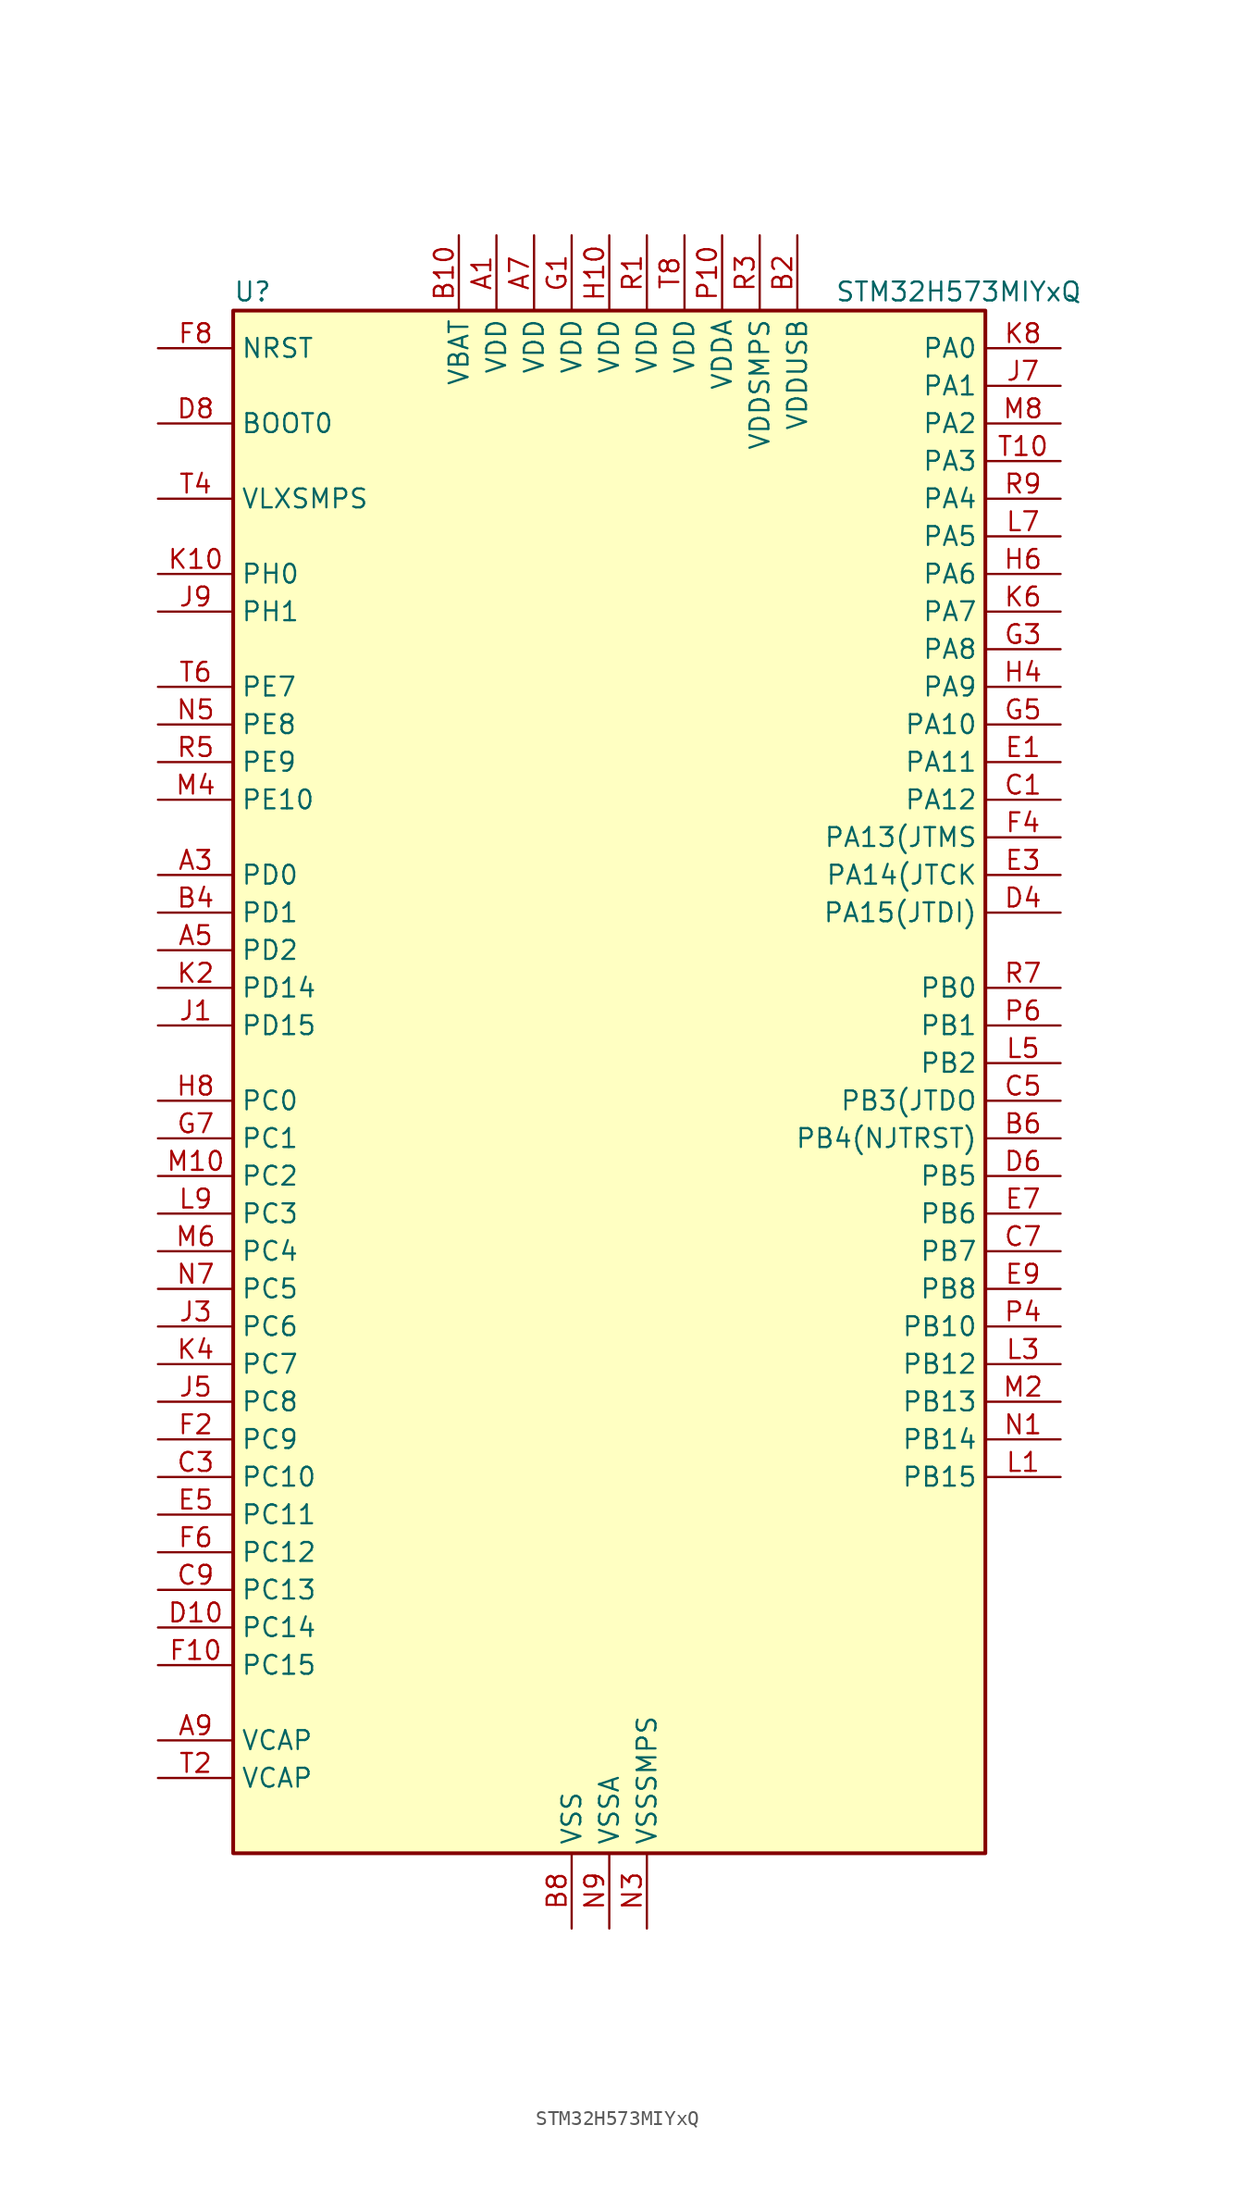
<source format=kicad_sym>
(kicad_symbol_lib
  (version 20231120)
  (generator "kicad-library-utils")
  (generator_version "8.0")
  (symbol "STM32H573MIYxQ"
    (property "Reference" "U"
      (at -25.4 54.61 0)
      (effects (font (size 1.27 1.27)) (justify left)))
    (property "Value" "STM32H573MIYxQ"
      (at 15.24 54.61 0)
      (effects (font (size 1.27 1.27)) (justify left)))
    (symbol "STM32H573MIYxQ_0_1"
      (rectangle (start -25.4 -50.8) (end 25.4 53.34) (stroke (width 0.254) (type default)) (fill (type background))))
    (symbol "STM32H573MIYxQ_1_1"
      (pin power_in line (at -7.62 58.42 270) (length 5.08) (name "VDD" (effects (font (size 1.27 1.27)))) (number "A1" (effects (font (size 1.27 1.27)))))
      (pin bidirectional line (at -30.48 15.24 0) (length 5.08) (name "PD0" (effects (font (size 1.27 1.27)))) (number "A3" (effects (font (size 1.27 1.27)))) (alternate "FDCAN1_RX" bidirectional line) (alternate "FMC_D2" bidirectional line) (alternate "FMC_DA2" bidirectional line) (alternate "TIM8_CH4N" bidirectional line) (alternate "UART4_RX" bidirectional line) (alternate "UART9_CTS" bidirectional line))
      (pin bidirectional line (at -30.48 10.16 0) (length 5.08) (name "PD2" (effects (font (size 1.27 1.27)))) (number "A5" (effects (font (size 1.27 1.27)))) (alternate "DCMI_D11" bidirectional line) (alternate "DEBUG_TRACED2" bidirectional line) (alternate "LPTIM4_ETR" bidirectional line) (alternate "PSSI_D11" bidirectional line) (alternate "PWR_WKUP7" bidirectional line) (alternate "SDMMC1_CMD" bidirectional line) (alternate "TIM15_BKIN" bidirectional line) (alternate "TIM3_ETR" bidirectional line) (alternate "UART5_RX" bidirectional line))
      (pin power_in line (at -5.08 58.42 270) (length 5.08) (name "VDD" (effects (font (size 1.27 1.27)))) (number "A7" (effects (font (size 1.27 1.27)))))
      (pin power_out line (at -30.48 -43.18 0) (length 5.08) (name "VCAP" (effects (font (size 1.27 1.27)))) (number "A9" (effects (font (size 1.27 1.27)))))
      (pin power_in line (at -10.16 58.42 270) (length 5.08) (name "VBAT" (effects (font (size 1.27 1.27)))) (number "B10" (effects (font (size 1.27 1.27)))))
      (pin power_in line (at 12.7 58.42 270) (length 5.08) (name "VDDUSB" (effects (font (size 1.27 1.27)))) (number "B2" (effects (font (size 1.27 1.27)))))
      (pin bidirectional line (at -30.48 12.7 0) (length 5.08) (name "PD1" (effects (font (size 1.27 1.27)))) (number "B4" (effects (font (size 1.27 1.27)))) (alternate "FDCAN1_TX" bidirectional line) (alternate "FMC_D3" bidirectional line) (alternate "FMC_DA3" bidirectional line) (alternate "UART4_TX" bidirectional line))
      (pin bidirectional line (at 30.48 -2.54 180) (length 5.08) (name "PB4(NJTRST)" (effects (font (size 1.27 1.27)))) (number "B6" (effects (font (size 1.27 1.27)))) (alternate "DCMI_D7" bidirectional line) (alternate "DEBUG_JTRST" bidirectional line) (alternate "I2S1_SDI" bidirectional line) (alternate "I2S2_WS" bidirectional line) (alternate "I2S3_SDI" bidirectional line) (alternate "LPTIM1_CH2" bidirectional line) (alternate "OCTOSPI1_CLK" bidirectional line) (alternate "PSSI_D7" bidirectional line) (alternate "SPI1_MISO" bidirectional line) (alternate "SPI2_NSS" bidirectional line) (alternate "SPI3_MISO" bidirectional line) (alternate "SPI6_MISO" bidirectional line) (alternate "TIM16_BKIN" bidirectional line) (alternate "TIM3_CH1" bidirectional line) (alternate "UART7_TX" bidirectional line))
      (pin power_in line (at -2.54 -55.88 90) (length 5.08) (name "VSS" (effects (font (size 1.27 1.27)))) (number "B8" (effects (font (size 1.27 1.27)))))
      (pin bidirectional line (at 30.48 20.32 180) (length 5.08) (name "PA12" (effects (font (size 1.27 1.27)))) (number "C1" (effects (font (size 1.27 1.27)))) (alternate "FDCAN1_TX" bidirectional line) (alternate "I2S2_CK" bidirectional line) (alternate "LPUART1_RTS" bidirectional line) (alternate "SAI2_FS_B" bidirectional line) (alternate "SPI2_SCK" bidirectional line) (alternate "TIM1_ETR" bidirectional line) (alternate "UART4_TX" bidirectional line) (alternate "USART1_RTS" bidirectional line) (alternate "USB_DP" bidirectional line))
      (pin bidirectional line (at -30.48 -25.4 0) (length 5.08) (name "PC10" (effects (font (size 1.27 1.27)))) (number "C3" (effects (font (size 1.27 1.27)))) (alternate "DCMI_D8" bidirectional line) (alternate "ETH_TXD0" bidirectional line) (alternate "I2S3_CK" bidirectional line) (alternate "LPTIM3_ETR" bidirectional line) (alternate "OCTOSPI1_IO1" bidirectional line) (alternate "PSSI_D8" bidirectional line) (alternate "SDMMC1_D2" bidirectional line) (alternate "SPI3_SCK" bidirectional line) (alternate "UART4_TX" bidirectional line) (alternate "USART3_TX" bidirectional line))
      (pin bidirectional line (at 30.48 0 180) (length 5.08) (name "PB3(JTDO" (effects (font (size 1.27 1.27)))) (number "C5" (effects (font (size 1.27 1.27)))) (alternate "CRS_SYNC" bidirectional line) (alternate "DEBUG_JTDO-SWO" bidirectional line) (alternate "I2C2_SDA" bidirectional line) (alternate "I2S1_CK" bidirectional line) (alternate "I2S3_CK" bidirectional line) (alternate "LPTIM6_ETR" bidirectional line) (alternate "SPI1_SCK" bidirectional line) (alternate "SPI3_SCK" bidirectional line) (alternate "SPI6_SCK" bidirectional line) (alternate "TIM2_CH2" bidirectional line) (alternate "UART12_CTS" bidirectional line) (alternate "UART7_RX" bidirectional line))
      (pin bidirectional line (at 30.48 -10.16 180) (length 5.08) (name "PB7" (effects (font (size 1.27 1.27)))) (number "C7" (effects (font (size 1.27 1.27)))) (alternate "DCMI_VSYNC" bidirectional line) (alternate "FDCAN1_TX" bidirectional line) (alternate "FMC_NL" bidirectional line) (alternate "I2C1_SDA" bidirectional line) (alternate "I2C4_SDA" bidirectional line) (alternate "I3C1_SDA" bidirectional line) (alternate "LPUART1_RX" bidirectional line) (alternate "PSSI_RDY" bidirectional line) (alternate "PWR_WKUP5" bidirectional line) (alternate "TIM17_CH1N" bidirectional line) (alternate "TIM4_CH2" bidirectional line) (alternate "USART1_RX" bidirectional line))
      (pin bidirectional line (at -30.48 -33.02 0) (length 5.08) (name "PC13" (effects (font (size 1.27 1.27)))) (number "C9" (effects (font (size 1.27 1.27)))) (alternate "PWR_WKUP4" bidirectional line) (alternate "RTC_OUT1" bidirectional line) (alternate "RTC_TS" bidirectional line) (alternate "TAMP_IN1" bidirectional line) (alternate "TAMP_OUT2" bidirectional line) (alternate "TAMP_OUT3" bidirectional line))
      (pin bidirectional line (at -30.48 -35.56 0) (length 5.08) (name "PC14" (effects (font (size 1.27 1.27)))) (number "D10" (effects (font (size 1.27 1.27)))) (alternate "RCC_OSC32_IN" bidirectional line))
      (pin passive line (at -2.54 -55.88 90) (length 5.08) hide (name "VSS" (effects (font (size 1.27 1.27)))) (number "D2" (effects (font (size 1.27 1.27)))))
      (pin bidirectional line (at 30.48 12.7 180) (length 5.08) (name "PA15(JTDI)" (effects (font (size 1.27 1.27)))) (number "D4" (effects (font (size 1.27 1.27)))) (alternate "ADC1_EXTI15" bidirectional line) (alternate "ADC2_EXTI15" bidirectional line) (alternate "CEC" bidirectional line) (alternate "DCMI_D11" bidirectional line) (alternate "DEBUG_JTDI" bidirectional line) (alternate "FMC_NBL1" bidirectional line) (alternate "I2S1_WS" bidirectional line) (alternate "I2S3_WS" bidirectional line) (alternate "LPTIM3_IN2" bidirectional line) (alternate "PSSI_D11" bidirectional line) (alternate "SPI1_NSS" bidirectional line) (alternate "SPI3_NSS" bidirectional line) (alternate "SPI6_NSS" bidirectional line) (alternate "TIM2_CH1" bidirectional line) (alternate "TIM2_ETR" bidirectional line) (alternate "UART4_DE" bidirectional line) (alternate "UART4_RTS" bidirectional line) (alternate "UART7_TX" bidirectional line))
      (pin bidirectional line (at 30.48 -5.08 180) (length 5.08) (name "PB5" (effects (font (size 1.27 1.27)))) (number "D6" (effects (font (size 1.27 1.27)))) (alternate "DCMI_D10" bidirectional line) (alternate "ETH_PPS_OUT" bidirectional line) (alternate "FDCAN2_RX" bidirectional line) (alternate "FMC_SDCKE1" bidirectional line) (alternate "I2C1_SMBA" bidirectional line) (alternate "I2C4_SMBA" bidirectional line) (alternate "I2S1_SDO" bidirectional line) (alternate "I2S3_SDO" bidirectional line) (alternate "OCTOSPI1_NCLK" bidirectional line) (alternate "PSSI_D10" bidirectional line) (alternate "SPI1_MOSI" bidirectional line) (alternate "SPI3_MOSI" bidirectional line) (alternate "SPI6_MOSI" bidirectional line) (alternate "TIM17_BKIN" bidirectional line) (alternate "TIM3_CH2" bidirectional line) (alternate "UART5_RX" bidirectional line))
      (pin input line (at -30.48 45.72 0) (length 5.08) (name "BOOT0" (effects (font (size 1.27 1.27)))) (number "D8" (effects (font (size 1.27 1.27)))))
      (pin bidirectional line (at 30.48 22.86 180) (length 5.08) (name "PA11" (effects (font (size 1.27 1.27)))) (number "E1" (effects (font (size 1.27 1.27)))) (alternate "ADC1_EXTI11" bidirectional line) (alternate "ADC2_EXTI11" bidirectional line) (alternate "FDCAN1_RX" bidirectional line) (alternate "I2S2_WS" bidirectional line) (alternate "LPUART1_CTS" bidirectional line) (alternate "SPI2_NSS" bidirectional line) (alternate "TIM1_CH4" bidirectional line) (alternate "UART4_RX" bidirectional line) (alternate "USART1_CTS" bidirectional line) (alternate "USART1_NSS" bidirectional line) (alternate "USB_DM" bidirectional line))
      (pin bidirectional line (at 30.48 15.24 180) (length 5.08) (name "PA14(JTCK" (effects (font (size 1.27 1.27)))) (number "E3" (effects (font (size 1.27 1.27)))) (alternate "DEBUG_JTCK-SWCLK" bidirectional line))
      (pin bidirectional line (at -30.48 -27.94 0) (length 5.08) (name "PC11" (effects (font (size 1.27 1.27)))) (number "E5" (effects (font (size 1.27 1.27)))) (alternate "ADC1_EXTI11" bidirectional line) (alternate "ADC2_EXTI11" bidirectional line) (alternate "DCMI_D4" bidirectional line) (alternate "I2S3_SDI" bidirectional line) (alternate "LPTIM3_IN1" bidirectional line) (alternate "OCTOSPI1_NCS" bidirectional line) (alternate "PSSI_D4" bidirectional line) (alternate "SDMMC1_D3" bidirectional line) (alternate "SPI3_MISO" bidirectional line) (alternate "UART4_RX" bidirectional line) (alternate "USART3_RX" bidirectional line))
      (pin bidirectional line (at 30.48 -7.62 180) (length 5.08) (name "PB6" (effects (font (size 1.27 1.27)))) (number "E7" (effects (font (size 1.27 1.27)))) (alternate "CEC" bidirectional line) (alternate "DCMI_D5" bidirectional line) (alternate "FDCAN2_TX" bidirectional line) (alternate "FMC_SDNE1" bidirectional line) (alternate "I2C1_SCL" bidirectional line) (alternate "I2C4_SCL" bidirectional line) (alternate "I3C1_SCL" bidirectional line) (alternate "LPUART1_TX" bidirectional line) (alternate "OCTOSPI1_NCS" bidirectional line) (alternate "PSSI_D5" bidirectional line) (alternate "TIM16_CH1N" bidirectional line) (alternate "TIM4_CH1" bidirectional line) (alternate "UART5_TX" bidirectional line) (alternate "USART1_TX" bidirectional line))
      (pin bidirectional line (at 30.48 -12.7 180) (length 5.08) (name "PB8" (effects (font (size 1.27 1.27)))) (number "E9" (effects (font (size 1.27 1.27)))) (alternate "DCMI_D6" bidirectional line) (alternate "ETH_TXD3" bidirectional line) (alternate "FDCAN1_RX" bidirectional line) (alternate "I2C1_SCL" bidirectional line) (alternate "I2C4_SCL" bidirectional line) (alternate "I3C1_SCL" bidirectional line) (alternate "PSSI_D6" bidirectional line) (alternate "SDMMC1_CKIN" bidirectional line) (alternate "SDMMC1_D4" bidirectional line) (alternate "TIM16_CH1" bidirectional line) (alternate "TIM4_CH3" bidirectional line) (alternate "UART4_RX" bidirectional line))
      (pin bidirectional line (at -30.48 -38.1 0) (length 5.08) (name "PC15" (effects (font (size 1.27 1.27)))) (number "F10" (effects (font (size 1.27 1.27)))) (alternate "ADC1_EXTI15" bidirectional line) (alternate "ADC2_EXTI15" bidirectional line) (alternate "RCC_OSC32_OUT" bidirectional line))
      (pin bidirectional line (at -30.48 -22.86 0) (length 5.08) (name "PC9" (effects (font (size 1.27 1.27)))) (number "F2" (effects (font (size 1.27 1.27)))) (alternate "AUDIOCLK" bidirectional line) (alternate "DAC1_EXTI9" bidirectional line) (alternate "DCMI_D3" bidirectional line) (alternate "FMC_CLE" bidirectional line) (alternate "I2C3_SDA" bidirectional line) (alternate "OCTOSPI1_IO0" bidirectional line) (alternate "PSSI_D3" bidirectional line) (alternate "RCC_MCO_2" bidirectional line) (alternate "SDMMC1_D1" bidirectional line) (alternate "TIM3_CH4" bidirectional line) (alternate "TIM8_CH4" bidirectional line) (alternate "UART5_CTS" bidirectional line) (alternate "UCPD1_DB2" bidirectional line))
      (pin bidirectional line (at 30.48 17.78 180) (length 5.08) (name "PA13(JTMS" (effects (font (size 1.27 1.27)))) (number "F4" (effects (font (size 1.27 1.27)))) (alternate "DEBUG_JTMS-SWDIO" bidirectional line))
      (pin bidirectional line (at -30.48 -30.48 0) (length 5.08) (name "PC12" (effects (font (size 1.27 1.27)))) (number "F6" (effects (font (size 1.27 1.27)))) (alternate "DCMI_D9" bidirectional line) (alternate "DEBUG_TRACED3" bidirectional line) (alternate "I2S3_SDO" bidirectional line) (alternate "PSSI_D9" bidirectional line) (alternate "SDMMC1_CK" bidirectional line) (alternate "SPI3_MOSI" bidirectional line) (alternate "SPI6_SCK" bidirectional line) (alternate "TIM15_CH1" bidirectional line) (alternate "UART5_TX" bidirectional line) (alternate "USART3_CK" bidirectional line))
      (pin input line (at -30.48 50.8 0) (length 5.08) (name "NRST" (effects (font (size 1.27 1.27)))) (number "F8" (effects (font (size 1.27 1.27)))))
      (pin power_in line (at -2.54 58.42 270) (length 5.08) (name "VDD" (effects (font (size 1.27 1.27)))) (number "G1" (effects (font (size 1.27 1.27)))))
      (pin bidirectional line (at 30.48 30.48 180) (length 5.08) (name "PA8" (effects (font (size 1.27 1.27)))) (number "G3" (effects (font (size 1.27 1.27)))) (alternate "DCMI_D3" bidirectional line) (alternate "FMC_NOE" bidirectional line) (alternate "I2C3_SCL" bidirectional line) (alternate "PSSI_D3" bidirectional line) (alternate "RCC_MCO_1" bidirectional line) (alternate "SPI1_RDY" bidirectional line) (alternate "TIM1_CH1" bidirectional line) (alternate "TIM8_BKIN2" bidirectional line) (alternate "UART7_RX" bidirectional line) (alternate "USART1_CK" bidirectional line) (alternate "USB_SOF" bidirectional line))
      (pin bidirectional line (at 30.48 25.4 180) (length 5.08) (name "PA10" (effects (font (size 1.27 1.27)))) (number "G5" (effects (font (size 1.27 1.27)))) (alternate "DCMI_D1" bidirectional line) (alternate "FDCAN2_TX" bidirectional line) (alternate "LPTIM2_IN2" bidirectional line) (alternate "LPUART1_RX" bidirectional line) (alternate "PSSI_D1" bidirectional line) (alternate "SDMMC1_D0" bidirectional line) (alternate "TIM1_CH3" bidirectional line) (alternate "UCPD1_FRSTX" bidirectional line) (alternate "USART1_RX" bidirectional line))
      (pin bidirectional line (at -30.48 -2.54 0) (length 5.08) (name "PC1" (effects (font (size 1.27 1.27)))) (number "G7" (effects (font (size 1.27 1.27)))) (alternate "ADC1_INN10" bidirectional line) (alternate "ADC1_INP11" bidirectional line) (alternate "ADC2_INN10" bidirectional line) (alternate "ADC2_INP11" bidirectional line) (alternate "DEBUG_TRACED0" bidirectional line) (alternate "ETH_MDC" bidirectional line) (alternate "I2S2_SDO" bidirectional line) (alternate "OCTOSPI1_IO4" bidirectional line) (alternate "PWR_WKUP6" bidirectional line) (alternate "SAI1_D1" bidirectional line) (alternate "SAI1_SD_A" bidirectional line) (alternate "SAI2_SD_A" bidirectional line) (alternate "SPI2_MOSI" bidirectional line) (alternate "TAMP_IN3" bidirectional line) (alternate "TAMP_OUT5" bidirectional line) (alternate "USART11_RTS" bidirectional line))
      (pin passive line (at -2.54 -55.88 90) (length 5.08) hide (name "VSS" (effects (font (size 1.27 1.27)))) (number "G9" (effects (font (size 1.27 1.27)))))
      (pin power_in line (at 0 58.42 270) (length 5.08) (name "VDD" (effects (font (size 1.27 1.27)))) (number "H10" (effects (font (size 1.27 1.27)))))
      (pin passive line (at -2.54 -55.88 90) (length 5.08) hide (name "VSS" (effects (font (size 1.27 1.27)))) (number "H2" (effects (font (size 1.27 1.27)))))
      (pin bidirectional line (at 30.48 27.94 180) (length 5.08) (name "PA9" (effects (font (size 1.27 1.27)))) (number "H4" (effects (font (size 1.27 1.27)))) (alternate "DAC1_EXTI9" bidirectional line) (alternate "DCMI_D0" bidirectional line) (alternate "ETH_TX_ER" bidirectional line) (alternate "FMC_NWE" bidirectional line) (alternate "I2C3_SMBA" bidirectional line) (alternate "I2S2_CK" bidirectional line) (alternate "LPUART1_TX" bidirectional line) (alternate "PSSI_D0" bidirectional line) (alternate "SPI2_SCK" bidirectional line) (alternate "TIM1_CH2" bidirectional line) (alternate "UCPD1_DB1" bidirectional line) (alternate "USART1_TX" bidirectional line))
      (pin bidirectional line (at 30.48 35.56 180) (length 5.08) (name "PA6" (effects (font (size 1.27 1.27)))) (number "H6" (effects (font (size 1.27 1.27)))) (alternate "ADC1_INP3" bidirectional line) (alternate "ADC2_INP3" bidirectional line) (alternate "DCMI_PIXCLK" bidirectional line) (alternate "I2S1_SDI" bidirectional line) (alternate "OCTOSPI1_IO3" bidirectional line) (alternate "PSSI_PDCK" bidirectional line) (alternate "SPI1_MISO" bidirectional line) (alternate "SPI6_MISO" bidirectional line) (alternate "TIM13_CH1" bidirectional line) (alternate "TIM1_BKIN" bidirectional line) (alternate "TIM3_CH1" bidirectional line) (alternate "TIM8_BKIN" bidirectional line) (alternate "USART11_TX" bidirectional line))
      (pin bidirectional line (at -30.48 0 0) (length 5.08) (name "PC0" (effects (font (size 1.27 1.27)))) (number "H8" (effects (font (size 1.27 1.27)))) (alternate "ADC1_INP10" bidirectional line) (alternate "ADC2_INP10" bidirectional line) (alternate "FMC_A25" bidirectional line) (alternate "FMC_SDNWE" bidirectional line) (alternate "OCTOSPI1_IO7" bidirectional line) (alternate "SAI1_MCLK_A" bidirectional line) (alternate "SAI2_FS_B" bidirectional line) (alternate "SPI2_RDY" bidirectional line) (alternate "TIM16_BKIN" bidirectional line))
      (pin bidirectional line (at -30.48 5.08 0) (length 5.08) (name "PD15" (effects (font (size 1.27 1.27)))) (number "J1" (effects (font (size 1.27 1.27)))) (alternate "ADC1_EXTI15" bidirectional line) (alternate "ADC2_EXTI15" bidirectional line) (alternate "FMC_D1" bidirectional line) (alternate "FMC_DA1" bidirectional line) (alternate "TIM4_CH4" bidirectional line) (alternate "UART9_TX" bidirectional line))
      (pin bidirectional line (at -30.48 -15.24 0) (length 5.08) (name "PC6" (effects (font (size 1.27 1.27)))) (number "J3" (effects (font (size 1.27 1.27)))) (alternate "DCMI_D0" bidirectional line) (alternate "FMC_NWAIT" bidirectional line) (alternate "I2S2_MCK" bidirectional line) (alternate "OCTOSPI1_IO5" bidirectional line) (alternate "PSSI_D0" bidirectional line) (alternate "SAI1_SCK_A" bidirectional line) (alternate "SDMMC1_D0DIR" bidirectional line) (alternate "SDMMC1_D6" bidirectional line) (alternate "TIM3_CH1" bidirectional line) (alternate "TIM8_CH1" bidirectional line) (alternate "USART6_TX" bidirectional line))
      (pin bidirectional line (at -30.48 -20.32 0) (length 5.08) (name "PC8" (effects (font (size 1.27 1.27)))) (number "J5" (effects (font (size 1.27 1.27)))) (alternate "DCMI_D2" bidirectional line) (alternate "DEBUG_TRACED1" bidirectional line) (alternate "FMC_ALE" bidirectional line) (alternate "FMC_INT" bidirectional line) (alternate "FMC_NCE" bidirectional line) (alternate "FMC_NE2" bidirectional line) (alternate "PSSI_D2" bidirectional line) (alternate "SDMMC1_D0" bidirectional line) (alternate "TIM3_CH3" bidirectional line) (alternate "TIM8_CH3" bidirectional line) (alternate "UART5_DE" bidirectional line) (alternate "UART5_RTS" bidirectional line) (alternate "USART6_CK" bidirectional line))
      (pin bidirectional line (at 30.48 48.26 180) (length 5.08) (name "PA1" (effects (font (size 1.27 1.27)))) (number "J7" (effects (font (size 1.27 1.27)))) (alternate "ADC1_INP1" bidirectional line) (alternate "ADC2_INP1" bidirectional line) (alternate "ETH_REF_CLK" bidirectional line) (alternate "ETH_RX_CLK" bidirectional line) (alternate "LPTIM1_IN1" bidirectional line) (alternate "OCTOSPI1_DQS" bidirectional line) (alternate "OCTOSPI1_IO3" bidirectional line) (alternate "SAI2_MCLK_B" bidirectional line) (alternate "TAMP_IN5" bidirectional line) (alternate "TAMP_OUT4" bidirectional line) (alternate "TIM15_CH1N" bidirectional line) (alternate "TIM2_CH2" bidirectional line) (alternate "TIM5_CH2" bidirectional line) (alternate "UART4_RX" bidirectional line) (alternate "USART2_RTS" bidirectional line))
      (pin bidirectional line (at -30.48 33.02 0) (length 5.08) (name "PH1" (effects (font (size 1.27 1.27)))) (number "J9" (effects (font (size 1.27 1.27)))) (alternate "RCC_OSC_OUT" bidirectional line))
      (pin bidirectional line (at -30.48 35.56 0) (length 5.08) (name "PH0" (effects (font (size 1.27 1.27)))) (number "K10" (effects (font (size 1.27 1.27)))) (alternate "RCC_OSC_IN" bidirectional line))
      (pin bidirectional line (at -30.48 7.62 0) (length 5.08) (name "PD14" (effects (font (size 1.27 1.27)))) (number "K2" (effects (font (size 1.27 1.27)))) (alternate "FMC_D0" bidirectional line) (alternate "FMC_DA0" bidirectional line) (alternate "TIM4_CH3" bidirectional line) (alternate "UART9_RX" bidirectional line))
      (pin bidirectional line (at -30.48 -17.78 0) (length 5.08) (name "PC7" (effects (font (size 1.27 1.27)))) (number "K4" (effects (font (size 1.27 1.27)))) (alternate "DCMI_D1" bidirectional line) (alternate "DEBUG_TRGIO" bidirectional line) (alternate "FMC_NE1" bidirectional line) (alternate "I2S3_MCK" bidirectional line) (alternate "OCTOSPI1_IO6" bidirectional line) (alternate "PSSI_D1" bidirectional line) (alternate "SDMMC1_D123DIR" bidirectional line) (alternate "SDMMC1_D7" bidirectional line) (alternate "TIM3_CH2" bidirectional line) (alternate "TIM8_CH2" bidirectional line) (alternate "USART6_RX" bidirectional line))
      (pin bidirectional line (at 30.48 33.02 180) (length 5.08) (name "PA7" (effects (font (size 1.27 1.27)))) (number "K6" (effects (font (size 1.27 1.27)))) (alternate "ADC1_INN3" bidirectional line) (alternate "ADC1_INP7" bidirectional line) (alternate "ADC2_INN3" bidirectional line) (alternate "ADC2_INP7" bidirectional line) (alternate "ETH_CRS_DV" bidirectional line) (alternate "ETH_RX_DV" bidirectional line) (alternate "FMC_NWE" bidirectional line) (alternate "FMC_SDNWE" bidirectional line) (alternate "I2S1_SDO" bidirectional line) (alternate "OCTOSPI1_IO2" bidirectional line) (alternate "SPI1_MOSI" bidirectional line) (alternate "SPI6_MOSI" bidirectional line) (alternate "TIM14_CH1" bidirectional line) (alternate "TIM1_CH1N" bidirectional line) (alternate "TIM3_CH2" bidirectional line) (alternate "TIM8_CH1N" bidirectional line) (alternate "USART11_RX" bidirectional line))
      (pin bidirectional line (at 30.48 50.8 180) (length 5.08) (name "PA0" (effects (font (size 1.27 1.27)))) (number "K8" (effects (font (size 1.27 1.27)))) (alternate "ADC1_INN1" bidirectional line) (alternate "ADC1_INP0" bidirectional line) (alternate "ADC2_INN1" bidirectional line) (alternate "ADC2_INP0" bidirectional line) (alternate "ETH_CRS" bidirectional line) (alternate "PWR_WKUP1" bidirectional line) (alternate "SAI2_SD_B" bidirectional line) (alternate "SPI3_RDY" bidirectional line) (alternate "SPI6_NSS" bidirectional line) (alternate "TAMP_IN2" bidirectional line) (alternate "TAMP_OUT1" bidirectional line) (alternate "TIM15_BKIN" bidirectional line) (alternate "TIM2_CH1" bidirectional line) (alternate "TIM2_ETR" bidirectional line) (alternate "TIM5_CH1" bidirectional line) (alternate "TIM8_ETR" bidirectional line) (alternate "UART4_TX" bidirectional line) (alternate "USART2_CTS" bidirectional line) (alternate "USART2_NSS" bidirectional line))
      (pin bidirectional line (at 30.48 -25.4 180) (length 5.08) (name "PB15" (effects (font (size 1.27 1.27)))) (number "L1" (effects (font (size 1.27 1.27)))) (alternate "ADC1_EXTI15" bidirectional line) (alternate "ADC2_EXTI15" bidirectional line) (alternate "DCMI_D2" bidirectional line) (alternate "ETH_TXD1" bidirectional line) (alternate "I2S2_SDO" bidirectional line) (alternate "OCTOSPI1_CLK" bidirectional line) (alternate "PSSI_D2" bidirectional line) (alternate "PWR_PVD_IN" bidirectional line) (alternate "RTC_REFIN" bidirectional line) (alternate "SPI2_MOSI" bidirectional line) (alternate "TIM12_CH2" bidirectional line) (alternate "TIM1_CH3N" bidirectional line) (alternate "TIM8_CH3N" bidirectional line) (alternate "UART4_CTS" bidirectional line) (alternate "UART5_RX" bidirectional line) (alternate "USART11_CTS" bidirectional line) (alternate "USART11_NSS" bidirectional line) (alternate "USART1_RX" bidirectional line))
      (pin bidirectional line (at 30.48 -17.78 180) (length 5.08) (name "PB12" (effects (font (size 1.27 1.27)))) (number "L3" (effects (font (size 1.27 1.27)))) (alternate "ETH_TXD0" bidirectional line) (alternate "FDCAN2_RX" bidirectional line) (alternate "I2C2_SDA" bidirectional line) (alternate "I2S2_WS" bidirectional line) (alternate "OCTOSPI1_NCLK" bidirectional line) (alternate "SPI2_NSS" bidirectional line) (alternate "TIM1_BKIN" bidirectional line) (alternate "UART5_RX" bidirectional line) (alternate "UCPD1_FRSTX" bidirectional line) (alternate "USART3_CK" bidirectional line))
      (pin bidirectional line (at 30.48 2.54 180) (length 5.08) (name "PB2" (effects (font (size 1.27 1.27)))) (number "L5" (effects (font (size 1.27 1.27)))) (alternate "I2S3_SDO" bidirectional line) (alternate "LPTIM1_CH1" bidirectional line) (alternate "LPTIM5_ETR" bidirectional line) (alternate "OCTOSPI1_CLK" bidirectional line) (alternate "OCTOSPI1_DQS" bidirectional line) (alternate "RCC_LSCO" bidirectional line) (alternate "RTC_OUT2" bidirectional line) (alternate "SAI1_D1" bidirectional line) (alternate "SAI1_SD_A" bidirectional line) (alternate "SDMMC1_CMD" bidirectional line) (alternate "SPI1_RDY" bidirectional line) (alternate "SPI3_MOSI" bidirectional line) (alternate "TIM8_CH4N" bidirectional line))
      (pin bidirectional line (at 30.48 38.1 180) (length 5.08) (name "PA5" (effects (font (size 1.27 1.27)))) (number "L7" (effects (font (size 1.27 1.27)))) (alternate "ADC1_INN18" bidirectional line) (alternate "ADC1_INP19" bidirectional line) (alternate "ADC2_INN18" bidirectional line) (alternate "ADC2_INP19" bidirectional line) (alternate "DAC1_OUT2" bidirectional line) (alternate "ETH_TX_EN" bidirectional line) (alternate "I2S1_CK" bidirectional line) (alternate "PSSI_D14" bidirectional line) (alternate "SPI1_SCK" bidirectional line) (alternate "SPI6_SCK" bidirectional line) (alternate "TIM2_CH1" bidirectional line) (alternate "TIM2_ETR" bidirectional line) (alternate "TIM8_CH1N" bidirectional line))
      (pin bidirectional line (at -30.48 -7.62 0) (length 5.08) (name "PC3" (effects (font (size 1.27 1.27)))) (number "L9" (effects (font (size 1.27 1.27)))) (alternate "ADC1_INN12" bidirectional line) (alternate "ADC1_INP13" bidirectional line) (alternate "ADC2_INN12" bidirectional line) (alternate "ADC2_INP13" bidirectional line) (alternate "ETH_TX_CLK" bidirectional line) (alternate "FMC_SDCKE0" bidirectional line) (alternate "I2S2_SDO" bidirectional line) (alternate "LPTIM3_CH1" bidirectional line) (alternate "OCTOSPI1_IO0" bidirectional line) (alternate "OCTOSPI1_IO6" bidirectional line) (alternate "PWR_CSTOP" bidirectional line) (alternate "SAI1_D3" bidirectional line) (alternate "SPI2_MOSI" bidirectional line))
      (pin bidirectional line (at -30.48 -5.08 0) (length 5.08) (name "PC2" (effects (font (size 1.27 1.27)))) (number "M10" (effects (font (size 1.27 1.27)))) (alternate "ADC1_INN11" bidirectional line) (alternate "ADC1_INP12" bidirectional line) (alternate "ADC2_INN11" bidirectional line) (alternate "ADC2_INP12" bidirectional line) (alternate "ETH_TXD2" bidirectional line) (alternate "FMC_SDNE0" bidirectional line) (alternate "I2S2_SDI" bidirectional line) (alternate "OCTOSPI1_IO2" bidirectional line) (alternate "OCTOSPI1_IO5" bidirectional line) (alternate "PWR_CSLEEP" bidirectional line) (alternate "SPI2_MISO" bidirectional line) (alternate "TIM17_CH1" bidirectional line) (alternate "TIM4_CH4" bidirectional line))
      (pin bidirectional line (at 30.48 -20.32 180) (length 5.08) (name "PB13" (effects (font (size 1.27 1.27)))) (number "M2" (effects (font (size 1.27 1.27)))) (alternate "FDCAN2_TX" bidirectional line) (alternate "I2C2_SMBA" bidirectional line) (alternate "I2S2_CK" bidirectional line) (alternate "LPTIM2_CH1" bidirectional line) (alternate "LPTIM3_IN1" bidirectional line) (alternate "SDMMC1_D0" bidirectional line) (alternate "SPI2_SCK" bidirectional line) (alternate "TIM1_CH1N" bidirectional line) (alternate "UART5_TX" bidirectional line) (alternate "UCPD1_CC1" bidirectional line) (alternate "USART3_CTS" bidirectional line) (alternate "USART3_NSS" bidirectional line))
      (pin bidirectional line (at -30.48 20.32 0) (length 5.08) (name "PE10" (effects (font (size 1.27 1.27)))) (number "M4" (effects (font (size 1.27 1.27)))) (alternate "FMC_D7" bidirectional line) (alternate "FMC_DA7" bidirectional line) (alternate "OCTOSPI1_IO7" bidirectional line) (alternate "TIM1_CH2N" bidirectional line) (alternate "UART12_TX" bidirectional line) (alternate "UART7_CTS" bidirectional line))
      (pin bidirectional line (at -30.48 -10.16 0) (length 5.08) (name "PC4" (effects (font (size 1.27 1.27)))) (number "M6" (effects (font (size 1.27 1.27)))) (alternate "ADC1_INP4" bidirectional line) (alternate "ADC2_INP4" bidirectional line) (alternate "ETH_RXD0" bidirectional line) (alternate "FMC_SDNE0" bidirectional line) (alternate "I2S1_MCK" bidirectional line) (alternate "LPTIM2_ETR" bidirectional line) (alternate "SAI1_CK1" bidirectional line) (alternate "TIM2_CH4" bidirectional line) (alternate "USART3_RX" bidirectional line))
      (pin bidirectional line (at 30.48 45.72 180) (length 5.08) (name "PA2" (effects (font (size 1.27 1.27)))) (number "M8" (effects (font (size 1.27 1.27)))) (alternate "ADC1_INP14" bidirectional line) (alternate "ADC2_INP14" bidirectional line) (alternate "ETH_MDIO" bidirectional line) (alternate "LPTIM1_IN2" bidirectional line) (alternate "PWR_WKUP2" bidirectional line) (alternate "SAI2_SCK_B" bidirectional line) (alternate "TAMP_IN4" bidirectional line) (alternate "TAMP_OUT3" bidirectional line) (alternate "TIM15_CH1" bidirectional line) (alternate "TIM2_CH3" bidirectional line) (alternate "TIM5_CH3" bidirectional line) (alternate "USART2_TX" bidirectional line))
      (pin bidirectional line (at 30.48 -22.86 180) (length 5.08) (name "PB14" (effects (font (size 1.27 1.27)))) (number "N1" (effects (font (size 1.27 1.27)))) (alternate "I2S2_SDI" bidirectional line) (alternate "LPTIM3_ETR" bidirectional line) (alternate "SPI2_MISO" bidirectional line) (alternate "TIM12_CH1" bidirectional line) (alternate "TIM1_CH2N" bidirectional line) (alternate "TIM8_CH2N" bidirectional line) (alternate "UART4_DE" bidirectional line) (alternate "UART4_RTS" bidirectional line) (alternate "UCPD1_CC2" bidirectional line) (alternate "USART1_TX" bidirectional line) (alternate "USART3_RTS" bidirectional line))
      (pin power_in line (at 2.54 -55.88 90) (length 5.08) (name "VSSSMPS" (effects (font (size 1.27 1.27)))) (number "N3" (effects (font (size 1.27 1.27)))))
      (pin bidirectional line (at -30.48 25.4 0) (length 5.08) (name "PE8" (effects (font (size 1.27 1.27)))) (number "N5" (effects (font (size 1.27 1.27)))) (alternate "FMC_D5" bidirectional line) (alternate "FMC_DA5" bidirectional line) (alternate "OCTOSPI1_IO5" bidirectional line) (alternate "TIM1_CH1N" bidirectional line) (alternate "UART12_CTS" bidirectional line) (alternate "UART7_TX" bidirectional line))
      (pin bidirectional line (at -30.48 -12.7 0) (length 5.08) (name "PC5" (effects (font (size 1.27 1.27)))) (number "N7" (effects (font (size 1.27 1.27)))) (alternate "ADC1_INN4" bidirectional line) (alternate "ADC1_INP8" bidirectional line) (alternate "ADC2_INN4" bidirectional line) (alternate "ADC2_INP8" bidirectional line) (alternate "ETH_RXD1" bidirectional line) (alternate "FMC_SDCKE0" bidirectional line) (alternate "OCTOSPI1_DQS" bidirectional line) (alternate "PSSI_D15" bidirectional line) (alternate "SAI1_D3" bidirectional line) (alternate "SAI1_FS_A" bidirectional line) (alternate "TIM1_CH4N" bidirectional line) (alternate "UART12_RTS" bidirectional line))
      (pin power_in line (at 0 -55.88 90) (length 5.08) (name "VSSA" (effects (font (size 1.27 1.27)))) (number "N9" (effects (font (size 1.27 1.27)))))
      (pin power_in line (at 7.62 58.42 270) (length 5.08) (name "VDDA" (effects (font (size 1.27 1.27)))) (number "P10" (effects (font (size 1.27 1.27)))))
      (pin passive line (at -2.54 -55.88 90) (length 5.08) hide (name "VSS" (effects (font (size 1.27 1.27)))) (number "P2" (effects (font (size 1.27 1.27)))))
      (pin bidirectional line (at 30.48 -15.24 180) (length 5.08) (name "PB10" (effects (font (size 1.27 1.27)))) (number "P4" (effects (font (size 1.27 1.27)))) (alternate "ETH_RX_ER" bidirectional line) (alternate "I2C2_SCL" bidirectional line) (alternate "I2S2_CK" bidirectional line) (alternate "LPTIM2_IN1" bidirectional line) (alternate "LPTIM3_CH1" bidirectional line) (alternate "OCTOSPI1_NCS" bidirectional line) (alternate "SPI2_SCK" bidirectional line) (alternate "TIM2_CH3" bidirectional line) (alternate "USART3_TX" bidirectional line))
      (pin bidirectional line (at 30.48 5.08 180) (length 5.08) (name "PB1" (effects (font (size 1.27 1.27)))) (number "P6" (effects (font (size 1.27 1.27)))) (alternate "ADC1_INP5" bidirectional line) (alternate "ADC2_INP5" bidirectional line) (alternate "ETH_RXD3" bidirectional line) (alternate "LPTIM3_CH2" bidirectional line) (alternate "OCTOSPI1_IO0" bidirectional line) (alternate "TIM1_CH3N" bidirectional line) (alternate "TIM3_CH4" bidirectional line) (alternate "TIM8_CH3N" bidirectional line))
      (pin passive line (at -2.54 -55.88 90) (length 5.08) hide (name "VSS" (effects (font (size 1.27 1.27)))) (number "P8" (effects (font (size 1.27 1.27)))))
      (pin power_in line (at 2.54 58.42 270) (length 5.08) (name "VDD" (effects (font (size 1.27 1.27)))) (number "R1" (effects (font (size 1.27 1.27)))))
      (pin power_in line (at 10.16 58.42 270) (length 5.08) (name "VDDSMPS" (effects (font (size 1.27 1.27)))) (number "R3" (effects (font (size 1.27 1.27)))))
      (pin bidirectional line (at -30.48 22.86 0) (length 5.08) (name "PE9" (effects (font (size 1.27 1.27)))) (number "R5" (effects (font (size 1.27 1.27)))) (alternate "DAC1_EXTI9" bidirectional line) (alternate "FMC_D6" bidirectional line) (alternate "FMC_DA6" bidirectional line) (alternate "OCTOSPI1_IO6" bidirectional line) (alternate "TIM1_CH1" bidirectional line) (alternate "UART12_RX" bidirectional line) (alternate "UART7_RTS" bidirectional line))
      (pin bidirectional line (at 30.48 7.62 180) (length 5.08) (name "PB0" (effects (font (size 1.27 1.27)))) (number "R7" (effects (font (size 1.27 1.27)))) (alternate "ADC1_INN5" bidirectional line) (alternate "ADC1_INP9" bidirectional line) (alternate "ADC2_INN5" bidirectional line) (alternate "ADC2_INP9" bidirectional line) (alternate "ETH_RXD2" bidirectional line) (alternate "LPTIM3_CH1" bidirectional line) (alternate "OCTOSPI1_IO1" bidirectional line) (alternate "TIM1_CH2N" bidirectional line) (alternate "TIM3_CH3" bidirectional line) (alternate "TIM8_CH2N" bidirectional line) (alternate "UART4_CTS" bidirectional line) (alternate "USART11_CK" bidirectional line))
      (pin bidirectional line (at 30.48 40.64 180) (length 5.08) (name "PA4" (effects (font (size 1.27 1.27)))) (number "R9" (effects (font (size 1.27 1.27)))) (alternate "ADC1_INP18" bidirectional line) (alternate "ADC2_INP18" bidirectional line) (alternate "DAC1_OUT1" bidirectional line) (alternate "DCMI_HSYNC" bidirectional line) (alternate "I2S1_WS" bidirectional line) (alternate "I2S3_WS" bidirectional line) (alternate "LPTIM2_CH1" bidirectional line) (alternate "PSSI_DE" bidirectional line) (alternate "SPI1_NSS" bidirectional line) (alternate "SPI3_NSS" bidirectional line) (alternate "SPI6_NSS" bidirectional line) (alternate "TIM5_ETR" bidirectional line) (alternate "USART2_CK" bidirectional line))
      (pin bidirectional line (at 30.48 43.18 180) (length 5.08) (name "PA3" (effects (font (size 1.27 1.27)))) (number "T10" (effects (font (size 1.27 1.27)))) (alternate "ADC1_INP15" bidirectional line) (alternate "ADC2_INP15" bidirectional line) (alternate "ETH_COL" bidirectional line) (alternate "I2S2_WS" bidirectional line) (alternate "OCTOSPI1_CLK" bidirectional line) (alternate "SAI1_SD_B" bidirectional line) (alternate "SPI2_NSS" bidirectional line) (alternate "TIM15_CH2" bidirectional line) (alternate "TIM2_CH4" bidirectional line) (alternate "TIM5_CH4" bidirectional line) (alternate "USART2_RX" bidirectional line))
      (pin power_out line (at -30.48 -45.72 0) (length 5.08) (name "VCAP" (effects (font (size 1.27 1.27)))) (number "T2" (effects (font (size 1.27 1.27)))))
      (pin power_in line (at -30.48 40.64 0) (length 5.08) (name "VLXSMPS" (effects (font (size 1.27 1.27)))) (number "T4" (effects (font (size 1.27 1.27)))))
      (pin bidirectional line (at -30.48 27.94 0) (length 5.08) (name "PE7" (effects (font (size 1.27 1.27)))) (number "T6" (effects (font (size 1.27 1.27)))) (alternate "FMC_D4" bidirectional line) (alternate "FMC_DA4" bidirectional line) (alternate "OCTOSPI1_IO4" bidirectional line) (alternate "TIM1_ETR" bidirectional line) (alternate "UART12_RTS" bidirectional line) (alternate "UART7_RX" bidirectional line))
      (pin power_in line (at 5.08 58.42 270) (length 5.08) (name "VDD" (effects (font (size 1.27 1.27)))) (number "T8" (effects (font (size 1.27 1.27))))))))
</source>
